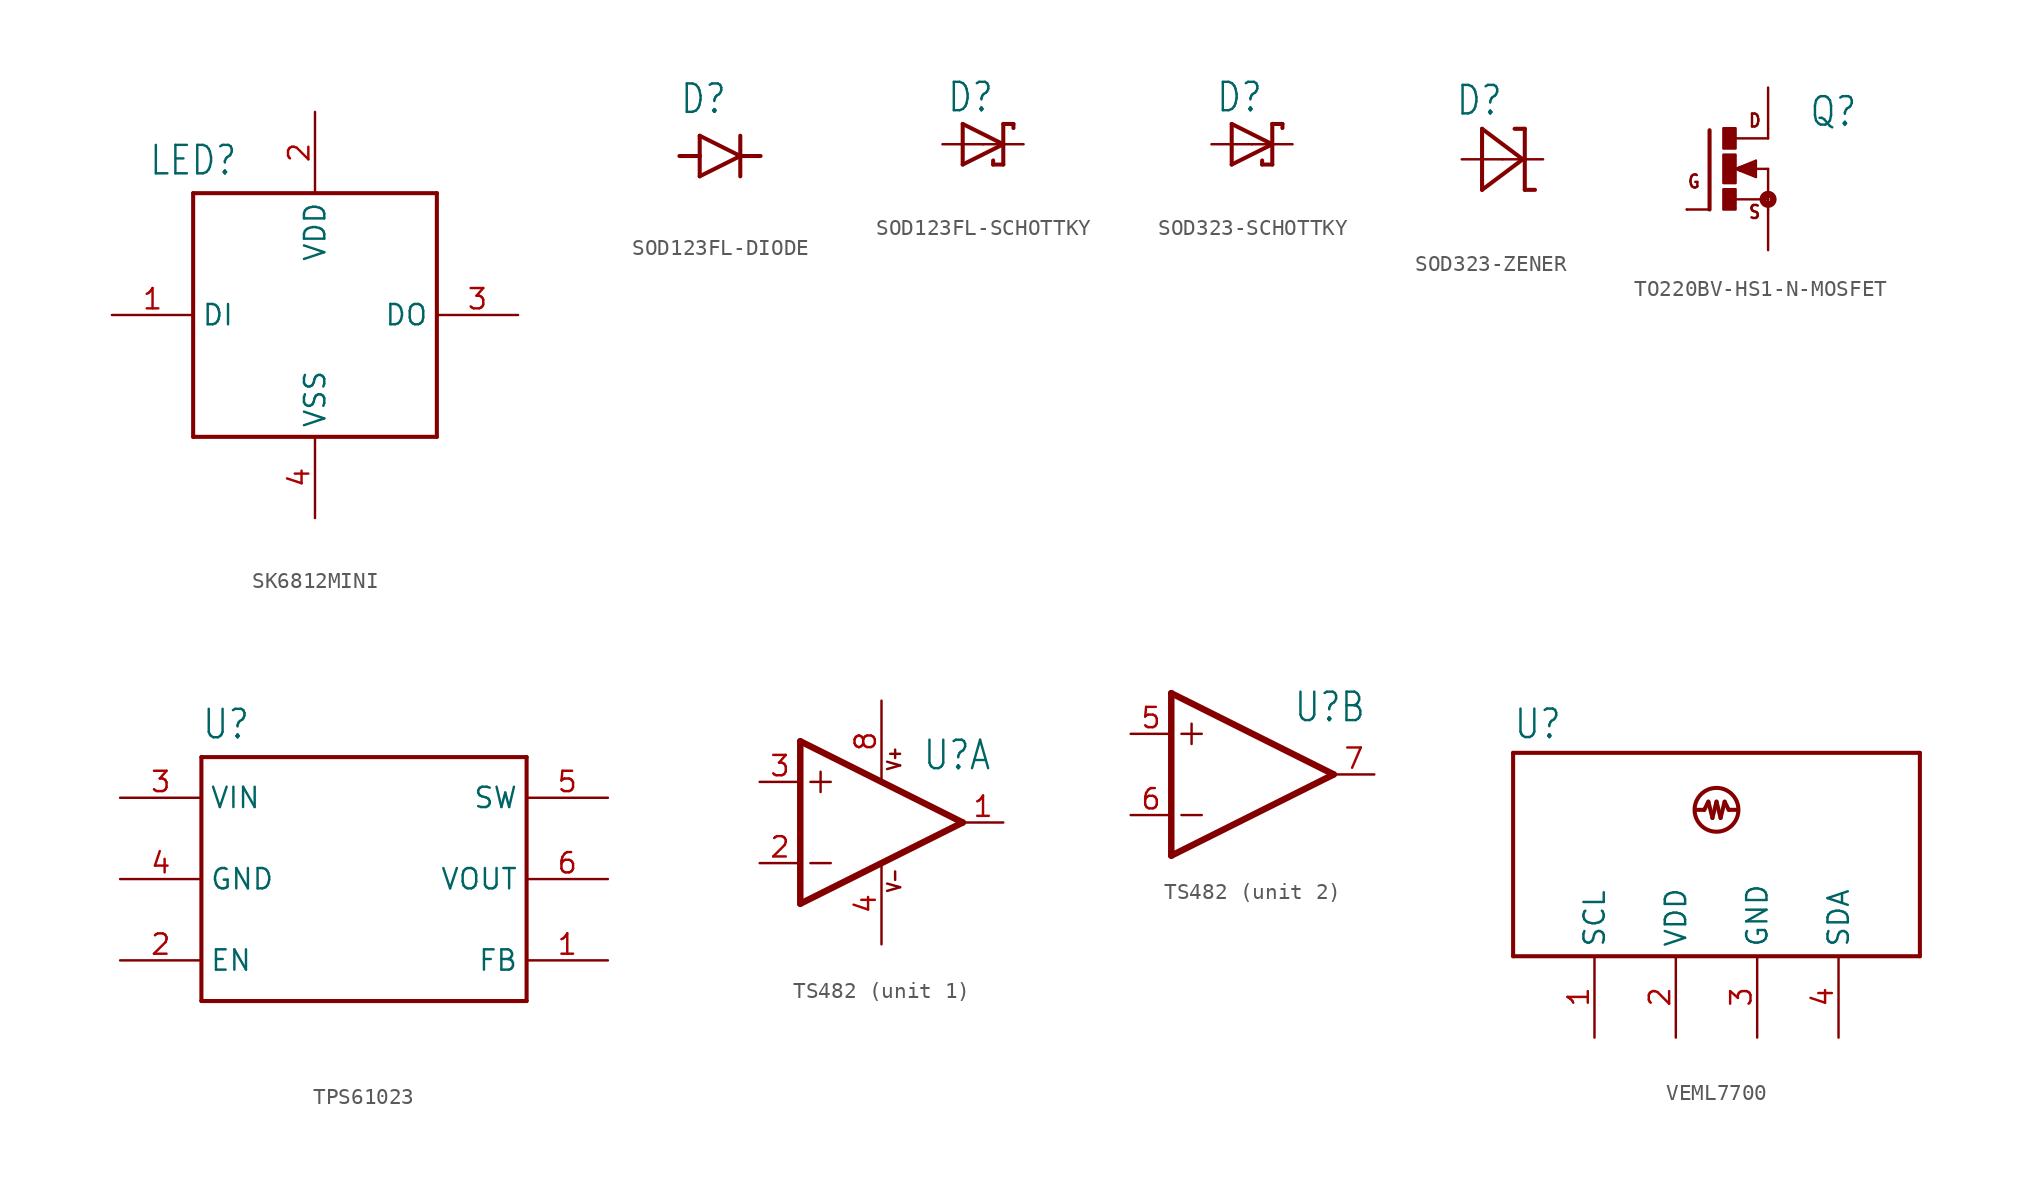
<source format=kicad_sym>
(kicad_symbol_lib
  (version 20231120)
  (generator "kicad_symbol_editor")
  (generator_version "8.0")
  (symbol "SK6812MINI"
    (property "Reference" "LED"
      (at -10.414 8.636 0)
      (effects (font (size 1.778 1.511)) (justify left bottom)))
    (property "Value" ""
      (at 2.032 8.89 0)
      (effects (font (size 1.778 1.511)) (justify left bottom)))
    (property "ki_locked" ""
      (at 0 0 0)
      (effects (font (size 1.27 1.27))))
    (symbol "SK6812MINI_1_0"
      (polyline (pts (xy -7.62 -7.62) (xy 7.62 -7.62)) (stroke (width 0.254) (type solid)) (fill (type none)))
      (polyline (pts (xy -7.62 7.62) (xy -7.62 -7.62)) (stroke (width 0.254) (type solid)) (fill (type none)))
      (polyline (pts (xy 7.62 -7.62) (xy 7.62 7.62)) (stroke (width 0.254) (type solid)) (fill (type none)))
      (polyline (pts (xy 7.62 7.62) (xy -7.62 7.62)) (stroke (width 0.254) (type solid)) (fill (type none)))
      (pin bidirectional line (at -12.7 0 0) (length 5.08) (name "DI" (effects (font (size 1.27 1.27)))) (number "1" (effects (font (size 1.27 1.27)))))
      (pin bidirectional line (at 0 12.7 270) (length 5.08) (name "VDD" (effects (font (size 1.27 1.27)))) (number "2" (effects (font (size 1.27 1.27)))))
      (pin bidirectional line (at 12.7 0 180) (length 5.08) (name "DO" (effects (font (size 1.27 1.27)))) (number "3" (effects (font (size 1.27 1.27)))))
      (pin bidirectional line (at 0 -12.7 90) (length 5.08) (name "VSS" (effects (font (size 1.27 1.27)))) (number "4" (effects (font (size 1.27 1.27)))))))
  (symbol "SOD123FL-DIODE"
    (property "Reference" "D"
      (at -2.54 2.54 0)
      (effects (font (size 1.778 1.511)) (justify left bottom)))
    (property "Value" ""
      (at -2.54 -3.81 0)
      (effects (font (size 1.778 1.511)) (justify left bottom)))
    (property "ki_locked" ""
      (at 0 0 0)
      (effects (font (size 1.27 1.27))))
    (symbol "SOD123FL-DIODE_1_0"
      (polyline (pts (xy -1.27 -1.27) (xy 1.27 0)) (stroke (width 0.254) (type solid)) (fill (type none)))
      (polyline (pts (xy -1.27 0) (xy -2.54 0)) (stroke (width 0.254) (type solid)) (fill (type none)))
      (polyline (pts (xy -1.27 0) (xy -1.27 -1.27)) (stroke (width 0.254) (type solid)) (fill (type none)))
      (polyline (pts (xy -1.27 1.27) (xy -1.27 0)) (stroke (width 0.254) (type solid)) (fill (type none)))
      (polyline (pts (xy 1.27 0) (xy -1.27 1.27)) (stroke (width 0.254) (type solid)) (fill (type none)))
      (polyline (pts (xy 1.27 0) (xy 1.27 -1.27)) (stroke (width 0.254) (type solid)) (fill (type none)))
      (polyline (pts (xy 1.27 0) (xy 2.54 0)) (stroke (width 0.254) (type solid)) (fill (type none)))
      (polyline (pts (xy 1.27 1.27) (xy 1.27 0)) (stroke (width 0.254) (type solid)) (fill (type none)))
      (pin passive line (at -2.54 0 0) (length 0) (name "A" (effects (font (size 0 0)))) (number "A" (effects (font (size 0 0)))))
      (pin passive line (at 2.54 0 180) (length 0) (name "C" (effects (font (size 0 0)))) (number "C" (effects (font (size 0 0)))))))
  (symbol "SOD123FL-SCHOTTKY"
    (property "Reference" "D"
      (at -2.286 1.905 0)
      (effects (font (size 1.778 1.511)) (justify left bottom)))
    (property "Value" ""
      (at -2.286 -3.429 0)
      (effects (font (size 1.778 1.511)) (justify left bottom)))
    (property "ki_locked" ""
      (at 0 0 0)
      (effects (font (size 1.27 1.27))))
    (symbol "SOD123FL-SCHOTTKY_1_0"
      (polyline (pts (xy -1.27 -1.27) (xy 1.27 0)) (stroke (width 0.254) (type solid)) (fill (type none)))
      (polyline (pts (xy -1.27 1.27) (xy -1.27 -1.27)) (stroke (width 0.254) (type solid)) (fill (type none)))
      (polyline (pts (xy 0.635 -1.016) (xy 0.635 -1.27)) (stroke (width 0.254) (type solid)) (fill (type none)))
      (polyline (pts (xy 1.27 -1.27) (xy 0.635 -1.27)) (stroke (width 0.254) (type solid)) (fill (type none)))
      (polyline (pts (xy 1.27 0) (xy -1.27 1.27)) (stroke (width 0.254) (type solid)) (fill (type none)))
      (polyline (pts (xy 1.27 0) (xy 1.27 -1.27)) (stroke (width 0.254) (type solid)) (fill (type none)))
      (polyline (pts (xy 1.27 1.27) (xy 1.27 0)) (stroke (width 0.254) (type solid)) (fill (type none)))
      (polyline (pts (xy 1.905 1.27) (xy 1.27 1.27)) (stroke (width 0.254) (type solid)) (fill (type none)))
      (polyline (pts (xy 1.905 1.27) (xy 1.905 1.016)) (stroke (width 0.254) (type solid)) (fill (type none)))
      (pin passive line (at -2.54 0 0) (length 2.54) (name "A" (effects (font (size 0 0)))) (number "A" (effects (font (size 0 0)))))
      (pin passive line (at 2.54 0 180) (length 2.54) (name "C" (effects (font (size 0 0)))) (number "C" (effects (font (size 0 0)))))))
  (symbol "SOD323-SCHOTTKY"
    (property "Reference" "D"
      (at -2.286 1.905 0)
      (effects (font (size 1.778 1.511)) (justify left bottom)))
    (property "Value" ""
      (at -2.286 -3.429 0)
      (effects (font (size 1.778 1.511)) (justify left bottom)))
    (property "ki_locked" ""
      (at 0 0 0)
      (effects (font (size 1.27 1.27))))
    (symbol "SOD323-SCHOTTKY_1_0"
      (polyline (pts (xy -1.27 -1.27) (xy 1.27 0)) (stroke (width 0.254) (type solid)) (fill (type none)))
      (polyline (pts (xy -1.27 1.27) (xy -1.27 -1.27)) (stroke (width 0.254) (type solid)) (fill (type none)))
      (polyline (pts (xy 0.635 -1.016) (xy 0.635 -1.27)) (stroke (width 0.254) (type solid)) (fill (type none)))
      (polyline (pts (xy 1.27 -1.27) (xy 0.635 -1.27)) (stroke (width 0.254) (type solid)) (fill (type none)))
      (polyline (pts (xy 1.27 0) (xy -1.27 1.27)) (stroke (width 0.254) (type solid)) (fill (type none)))
      (polyline (pts (xy 1.27 0) (xy 1.27 -1.27)) (stroke (width 0.254) (type solid)) (fill (type none)))
      (polyline (pts (xy 1.27 1.27) (xy 1.27 0)) (stroke (width 0.254) (type solid)) (fill (type none)))
      (polyline (pts (xy 1.905 1.27) (xy 1.27 1.27)) (stroke (width 0.254) (type solid)) (fill (type none)))
      (polyline (pts (xy 1.905 1.27) (xy 1.905 1.016)) (stroke (width 0.254) (type solid)) (fill (type none)))
      (pin passive line (at 2.54 0 180) (length 2.54) (name "C" (effects (font (size 0 0)))) (number "1" (effects (font (size 0 0)))))
      (pin passive line (at -2.54 0 0) (length 2.54) (name "A" (effects (font (size 0 0)))) (number "2" (effects (font (size 0 0)))))))
  (symbol "SOD323-ZENER"
    (property "Reference" "D"
      (at -2.946 2.642 0)
      (effects (font (size 1.778 1.511)) (justify left bottom)))
    (property "Value" ""
      (at -4.47 -4.496 0)
      (effects (font (size 1.778 1.511)) (justify left bottom)))
    (property "ki_locked" ""
      (at 0 0 0)
      (effects (font (size 1.27 1.27))))
    (symbol "SOD323-ZENER_1_0"
      (polyline (pts (xy -1.27 -1.905) (xy 1.27 0)) (stroke (width 0.254) (type solid)) (fill (type none)))
      (polyline (pts (xy -1.27 1.905) (xy -1.27 -1.905)) (stroke (width 0.254) (type solid)) (fill (type none)))
      (polyline (pts (xy 1.27 0) (xy -1.27 1.905)) (stroke (width 0.254) (type solid)) (fill (type none)))
      (polyline (pts (xy 1.397 -1.905) (xy 2.032 -1.905)) (stroke (width 0.254) (type solid)) (fill (type none)))
      (polyline (pts (xy 1.397 1.905) (xy 0.762 1.905)) (stroke (width 0.254) (type solid)) (fill (type none)))
      (polyline (pts (xy 1.397 1.905) (xy 1.397 -1.905)) (stroke (width 0.254) (type solid)) (fill (type none)))
      (pin passive line (at 2.54 0 180) (length 2.54) (name "C" (effects (font (size 0 0)))) (number "1" (effects (font (size 0 0)))))
      (pin passive line (at -2.54 0 0) (length 2.54) (name "A" (effects (font (size 0 0)))) (number "2" (effects (font (size 0 0)))))))
  (symbol "TO220BV-HS1-N-MOSFET"
    (property "Reference" "Q"
      (at 5.08 2.54 0)
      (effects (font (size 1.778 1.511)) (justify left bottom)))
    (property "Value" ""
      (at 5.08 0 0)
      (effects (font (size 1.778 1.511)) (justify left bottom)))
    (property "ki_locked" ""
      (at 0 0 0)
      (effects (font (size 1.27 1.27))))
    (symbol "TO220BV-HS1-N-MOSFET_1_0"
      (rectangle (start -0.254 -2.54) (end 0.508 -1.27) (stroke (width 0) (type default)) (fill (type outline)))
      (rectangle (start -0.254 -0.889) (end 0.508 0.889) (stroke (width 0) (type default)) (fill (type outline)))
      (rectangle (start -0.254 1.27) (end 0.508 2.54) (stroke (width 0) (type default)) (fill (type outline)))
      (polyline (pts (xy -1.118 -2.54) (xy -2.54 -2.54)) (stroke (width 0.152) (type solid)) (fill (type none)))
      (polyline (pts (xy -1.118 2.413) (xy -1.118 -2.54)) (stroke (width 0.254) (type solid)) (fill (type none)))
      (polyline (pts (xy 0.508 -1.905) (xy 2.54 -1.905)) (stroke (width 0.152) (type solid)) (fill (type none)))
      (polyline (pts (xy 0.508 0) (xy 1.778 -0.508)) (stroke (width 0.152) (type solid)) (fill (type none)))
      (polyline (pts (xy 0.762 0) (xy 1.651 -0.254)) (stroke (width 0.305) (type solid)) (fill (type none)))
      (polyline (pts (xy 1.651 -0.254) (xy 1.651 0)) (stroke (width 0.305) (type solid)) (fill (type none)))
      (polyline (pts (xy 1.651 0) (xy 1.397 0)) (stroke (width 0.305) (type solid)) (fill (type none)))
      (polyline (pts (xy 1.651 0) (xy 2.54 0)) (stroke (width 0.152) (type solid)) (fill (type none)))
      (polyline (pts (xy 1.651 0.254) (xy 0.762 0)) (stroke (width 0.305) (type solid)) (fill (type none)))
      (polyline (pts (xy 1.778 -0.508) (xy 1.778 0.508)) (stroke (width 0.152) (type solid)) (fill (type none)))
      (polyline (pts (xy 1.778 0.508) (xy 0.508 0)) (stroke (width 0.152) (type solid)) (fill (type none)))
      (polyline (pts (xy 2.54 -1.905) (xy 2.54 -2.54)) (stroke (width 0.152) (type solid)) (fill (type none)))
      (polyline (pts (xy 2.54 0) (xy 2.54 -1.905)) (stroke (width 0.152) (type solid)) (fill (type none)))
      (polyline (pts (xy 2.54 1.905) (xy 0.533 1.905)) (stroke (width 0.152) (type solid)) (fill (type none)))
      (polyline (pts (xy 2.54 2.54) (xy 2.54 1.905)) (stroke (width 0.152) (type solid)) (fill (type none)))
      (circle (center 2.54 -1.905) (radius 0.127) (stroke (width 0.406) (type solid)) (fill (type none)))
      (text "D" (at 1.27 2.54 0) (effects (font (size 0.813 0.691)) (justify left bottom)))
      (text "G" (at -2.54 -1.27 0) (effects (font (size 0.813 0.691)) (justify left bottom)))
      (text "S" (at 1.27 -3.175 0) (effects (font (size 0.813 0.691)) (justify left bottom)))
      (pin passive line (at 2.54 5.08 270) (length 2.54) (name "D" (effects (font (size 0 0)))) (number "D" (effects (font (size 0 0)))))
      (pin passive line (at -2.54 -2.54 0) (length 0) (name "G" (effects (font (size 0 0)))) (number "G" (effects (font (size 0 0)))))
      (pin passive line (at 2.54 -5.08 90) (length 2.54) (name "S" (effects (font (size 0 0)))) (number "S" (effects (font (size 0 0)))))))
  (symbol "TPS61023"
    (property "Reference" "U"
      (at -10.16 8.636 0)
      (effects (font (size 1.778 1.511)) (justify left bottom)))
    (property "Value" ""
      (at -10.16 -10.414 0)
      (effects (font (size 1.778 1.511)) (justify left bottom)))
    (property "ki_locked" ""
      (at 0 0 0)
      (effects (font (size 1.27 1.27))))
    (symbol "TPS61023_1_0"
      (polyline (pts (xy -10.16 -7.62) (xy 10.16 -7.62)) (stroke (width 0.254) (type solid)) (fill (type none)))
      (polyline (pts (xy -10.16 7.62) (xy -10.16 -7.62)) (stroke (width 0.254) (type solid)) (fill (type none)))
      (polyline (pts (xy 10.16 -7.62) (xy 10.16 7.62)) (stroke (width 0.254) (type solid)) (fill (type none)))
      (polyline (pts (xy 10.16 7.62) (xy -10.16 7.62)) (stroke (width 0.254) (type solid)) (fill (type none)))
      (pin bidirectional line (at 15.24 -5.08 180) (length 5.08) (name "FB" (effects (font (size 1.27 1.27)))) (number "1" (effects (font (size 1.27 1.27)))))
      (pin bidirectional line (at -15.24 -5.08 0) (length 5.08) (name "EN" (effects (font (size 1.27 1.27)))) (number "2" (effects (font (size 1.27 1.27)))))
      (pin bidirectional line (at -15.24 5.08 0) (length 5.08) (name "VIN" (effects (font (size 1.27 1.27)))) (number "3" (effects (font (size 1.27 1.27)))))
      (pin bidirectional line (at -15.24 0 0) (length 5.08) (name "GND" (effects (font (size 1.27 1.27)))) (number "4" (effects (font (size 1.27 1.27)))))
      (pin bidirectional line (at 15.24 5.08 180) (length 5.08) (name "SW" (effects (font (size 1.27 1.27)))) (number "5" (effects (font (size 1.27 1.27)))))
      (pin bidirectional line (at 15.24 0 180) (length 5.08) (name "VOUT" (effects (font (size 1.27 1.27)))) (number "6" (effects (font (size 1.27 1.27)))))))
  (symbol "TS482"
    (property "Reference" "U"
      (at 2.54 3.175 0)
      (effects (font (size 1.778 1.511)) (justify left bottom)))
    (property "Value" ""
      (at 2.54 -5.08 0)
      (effects (font (size 1.778 1.511)) (justify left bottom)))
    (property "ki_locked" ""
      (at 0 0 0)
      (effects (font (size 1.27 1.27))))
    (symbol "TS482_1_0"
      (polyline (pts (xy -5.08 -5.08) (xy 5.08 0)) (stroke (width 0.406) (type solid)) (fill (type none)))
      (polyline (pts (xy -5.08 5.08) (xy -5.08 -5.08)) (stroke (width 0.406) (type solid)) (fill (type none)))
      (polyline (pts (xy -4.445 -2.54) (xy -3.175 -2.54)) (stroke (width 0.152) (type solid)) (fill (type none)))
      (polyline (pts (xy -4.445 2.54) (xy -3.175 2.54)) (stroke (width 0.152) (type solid)) (fill (type none)))
      (polyline (pts (xy -3.81 3.175) (xy -3.81 1.905)) (stroke (width 0.152) (type solid)) (fill (type none)))
      (polyline (pts (xy 5.08 0) (xy -5.08 5.08)) (stroke (width 0.406) (type solid)) (fill (type none)))
      (text "V+" (at 1.27 3.175 900) (effects (font (size 0.813 0.691)) (justify left bottom)))
      (text "V-" (at 1.27 -4.445 900) (effects (font (size 0.813 0.691)) (justify left bottom)))
      (pin output line (at 7.62 0 180) (length 2.54) (name "OUT" (effects (font (size 0 0)))) (number "1" (effects (font (size 1.27 1.27)))))
      (pin input line (at -7.62 -2.54 0) (length 2.54) (name "-IN" (effects (font (size 0 0)))) (number "2" (effects (font (size 1.27 1.27)))))
      (pin input line (at -7.62 2.54 0) (length 2.54) (name "+IN" (effects (font (size 0 0)))) (number "3" (effects (font (size 1.27 1.27)))))
      (pin power_in line (at 0 -7.62 90) (length 5.08) (name "V-" (effects (font (size 0 0)))) (number "4" (effects (font (size 1.27 1.27)))))
      (pin power_in line (at 0 7.62 270) (length 5.08) (name "V+" (effects (font (size 0 0)))) (number "8" (effects (font (size 1.27 1.27))))))
    (symbol "TS482_2_0"
      (polyline (pts (xy -5.08 -5.08) (xy 5.08 0)) (stroke (width 0.406) (type solid)) (fill (type none)))
      (polyline (pts (xy -5.08 5.08) (xy -5.08 -5.08)) (stroke (width 0.406) (type solid)) (fill (type none)))
      (polyline (pts (xy -4.445 -2.54) (xy -3.175 -2.54)) (stroke (width 0.152) (type solid)) (fill (type none)))
      (polyline (pts (xy -4.445 2.54) (xy -3.175 2.54)) (stroke (width 0.152) (type solid)) (fill (type none)))
      (polyline (pts (xy -3.81 3.175) (xy -3.81 1.905)) (stroke (width 0.152) (type solid)) (fill (type none)))
      (polyline (pts (xy 5.08 0) (xy -5.08 5.08)) (stroke (width 0.406) (type solid)) (fill (type none)))
      (pin input line (at -7.62 2.54 0) (length 2.54) (name "+IN" (effects (font (size 0 0)))) (number "5" (effects (font (size 1.27 1.27)))))
      (pin input line (at -7.62 -2.54 0) (length 2.54) (name "-IN" (effects (font (size 0 0)))) (number "6" (effects (font (size 1.27 1.27)))))
      (pin output line (at 7.62 0 180) (length 2.54) (name "OUT" (effects (font (size 0 0)))) (number "7" (effects (font (size 1.27 1.27)))))))
  (symbol "VEML7700"
    (property "Reference" "U"
      (at -12.7 13.462 0)
      (effects (font (size 1.778 1.511)) (justify left bottom)))
    (property "Value" ""
      (at 0.762 13.462 0)
      (effects (font (size 1.778 1.511)) (justify left bottom)))
    (property "ki_locked" ""
      (at 0 0 0)
      (effects (font (size 1.27 1.27))))
    (symbol "VEML7700_1_0"
      (polyline (pts (xy -12.7 0) (xy 12.7 0)) (stroke (width 0.254) (type solid)) (fill (type none)))
      (polyline (pts (xy -12.7 12.7) (xy -12.7 0)) (stroke (width 0.254) (type solid)) (fill (type none)))
      (polyline (pts (xy -1.27 9.144) (xy -0.762 9.144)) (stroke (width 0.254) (type solid)) (fill (type none)))
      (polyline (pts (xy -0.762 9.144) (xy -0.508 9.652)) (stroke (width 0.254) (type solid)) (fill (type none)))
      (polyline (pts (xy -0.508 9.652) (xy -0.254 8.636)) (stroke (width 0.254) (type solid)) (fill (type none)))
      (polyline (pts (xy -0.254 8.636) (xy 0 9.652)) (stroke (width 0.254) (type solid)) (fill (type none)))
      (polyline (pts (xy 0 9.652) (xy 0.254 8.636)) (stroke (width 0.254) (type solid)) (fill (type none)))
      (polyline (pts (xy 0.254 8.636) (xy 0.508 9.652)) (stroke (width 0.254) (type solid)) (fill (type none)))
      (polyline (pts (xy 0.508 9.652) (xy 0.762 9.144)) (stroke (width 0.254) (type solid)) (fill (type none)))
      (polyline (pts (xy 0.762 9.144) (xy 1.27 9.144)) (stroke (width 0.254) (type solid)) (fill (type none)))
      (polyline (pts (xy 12.7 0) (xy 12.7 12.7)) (stroke (width 0.254) (type solid)) (fill (type none)))
      (polyline (pts (xy 12.7 12.7) (xy -12.7 12.7)) (stroke (width 0.254) (type solid)) (fill (type none)))
      (circle (center 0 9.144) (radius 1.368) (stroke (width 0.254) (type solid)) (fill (type none)))
      (pin bidirectional line (at -7.62 -5.08 90) (length 5.08) (name "SCL" (effects (font (size 1.27 1.27)))) (number "1" (effects (font (size 1.27 1.27)))))
      (pin bidirectional line (at -2.54 -5.08 90) (length 5.08) (name "VDD" (effects (font (size 1.27 1.27)))) (number "2" (effects (font (size 1.27 1.27)))))
      (pin bidirectional line (at 2.54 -5.08 90) (length 5.08) (name "GND" (effects (font (size 1.27 1.27)))) (number "3" (effects (font (size 1.27 1.27)))))
      (pin bidirectional line (at 7.62 -5.08 90) (length 5.08) (name "SDA" (effects (font (size 1.27 1.27)))) (number "4" (effects (font (size 1.27 1.27))))))))
</source>
